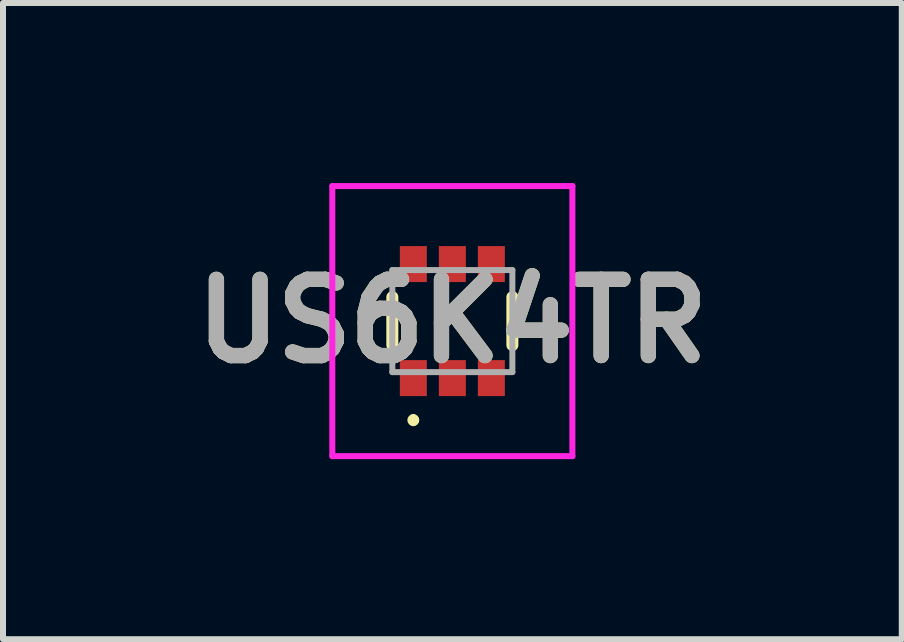
<source format=kicad_pcb>
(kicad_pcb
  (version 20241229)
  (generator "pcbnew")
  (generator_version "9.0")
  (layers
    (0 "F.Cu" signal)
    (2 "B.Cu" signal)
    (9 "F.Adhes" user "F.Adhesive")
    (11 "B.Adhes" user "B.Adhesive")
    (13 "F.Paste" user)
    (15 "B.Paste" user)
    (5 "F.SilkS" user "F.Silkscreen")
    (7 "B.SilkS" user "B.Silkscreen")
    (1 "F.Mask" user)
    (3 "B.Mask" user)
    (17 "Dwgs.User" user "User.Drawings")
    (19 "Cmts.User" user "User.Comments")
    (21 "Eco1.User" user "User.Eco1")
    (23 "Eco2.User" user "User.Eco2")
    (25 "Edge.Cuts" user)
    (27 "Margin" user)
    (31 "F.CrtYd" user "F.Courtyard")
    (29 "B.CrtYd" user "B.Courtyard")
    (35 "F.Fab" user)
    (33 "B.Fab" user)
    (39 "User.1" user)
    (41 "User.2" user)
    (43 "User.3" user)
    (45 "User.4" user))
  (footprint "US6K4TR"
    (layer "F.Cu")
    (at 4.487 2.3)
    (property "Reference" "US6K4TR" (at 0 0 0) (layer "F.SilkS") (effects (font (size 1.27 1.27) (thickness 0.254))))
    (attr smd)
    (fp_line (start -1 -0.4) (end -1 0.4) (stroke (width 0.2) (type solid)) (layer "F.SilkS"))
    (fp_line (start -0.65 1.6) (end -0.65 1.6) (stroke (width 0.1) (type solid)) (layer "F.SilkS"))
    (fp_line (start -0.65 1.7) (end -0.65 1.7) (stroke (width 0.1) (type solid)) (layer "F.SilkS"))
    (fp_line (start 1 -0.4) (end 1 0.4) (stroke (width 0.2) (type solid)) (layer "F.SilkS"))
    (fp_arc (start -0.65 1.6) (mid -0.6 1.65) (end -0.65 1.7) (stroke (width 0.1) (type solid)) (layer "F.SilkS"))
    (fp_arc (start -0.65 1.7) (mid -0.7 1.65) (end -0.65 1.6) (stroke (width 0.1) (type solid)) (layer "F.SilkS"))
    (fp_line (start -2 -2.25) (end 2 -2.25) (stroke (width 0.1) (type solid)) (layer "F.CrtYd"))
    (fp_line (start -2 2.25) (end -2 -2.25) (stroke (width 0.1) (type solid)) (layer "F.CrtYd"))
    (fp_line (start 2 -2.25) (end 2 2.25) (stroke (width 0.1) (type solid)) (layer "F.CrtYd"))
    (fp_line (start 2 2.25) (end -2 2.25) (stroke (width 0.1) (type solid)) (layer "F.CrtYd"))
    (fp_line (start -1 -0.85) (end 1 -0.85) (stroke (width 0.1) (type solid)) (layer "F.Fab"))
    (fp_line (start -1 0.85) (end -1 -0.85) (stroke (width 0.1) (type solid)) (layer "F.Fab"))
    (fp_line (start 1 -0.85) (end 1 0.85) (stroke (width 0.1) (type solid)) (layer "F.Fab"))
    (fp_line (start 1 0.85) (end -1 0.85) (stroke (width 0.1) (type solid)) (layer "F.Fab"))
    (fp_text user "${REFERENCE}" (at 0 0 0) (layer "F.Fab") (effects (font (size 1.27 1.27) (thickness 0.254))))
    (pad "1" smd rect (at -0.65 0.95) (size 0.45 0.6) (layers "F.Cu" "F.Mask" "F.Paste"))
    (pad "2" smd rect (at 0 0.95) (size 0.45 0.6) (layers "F.Cu" "F.Mask" "F.Paste"))
    (pad "3" smd rect (at 0.65 0.95) (size 0.45 0.6) (layers "F.Cu" "F.Mask" "F.Paste"))
    (pad "4" smd rect (at 0.65 -0.95) (size 0.45 0.6) (layers "F.Cu" "F.Mask" "F.Paste"))
    (pad "5" smd rect (at 0 -0.95) (size 0.45 0.6) (layers "F.Cu" "F.Mask" "F.Paste"))
    (pad "6" smd rect (at -0.65 -0.95) (size 0.45 0.6) (layers "F.Cu" "F.Mask" "F.Paste")))
  (gr_rect
    (start -3 -3)
    (end 11.975 7.6)
    (stroke (width 0.1) (type default))
    (fill no)
    (layer "Edge.Cuts")))
</source>
